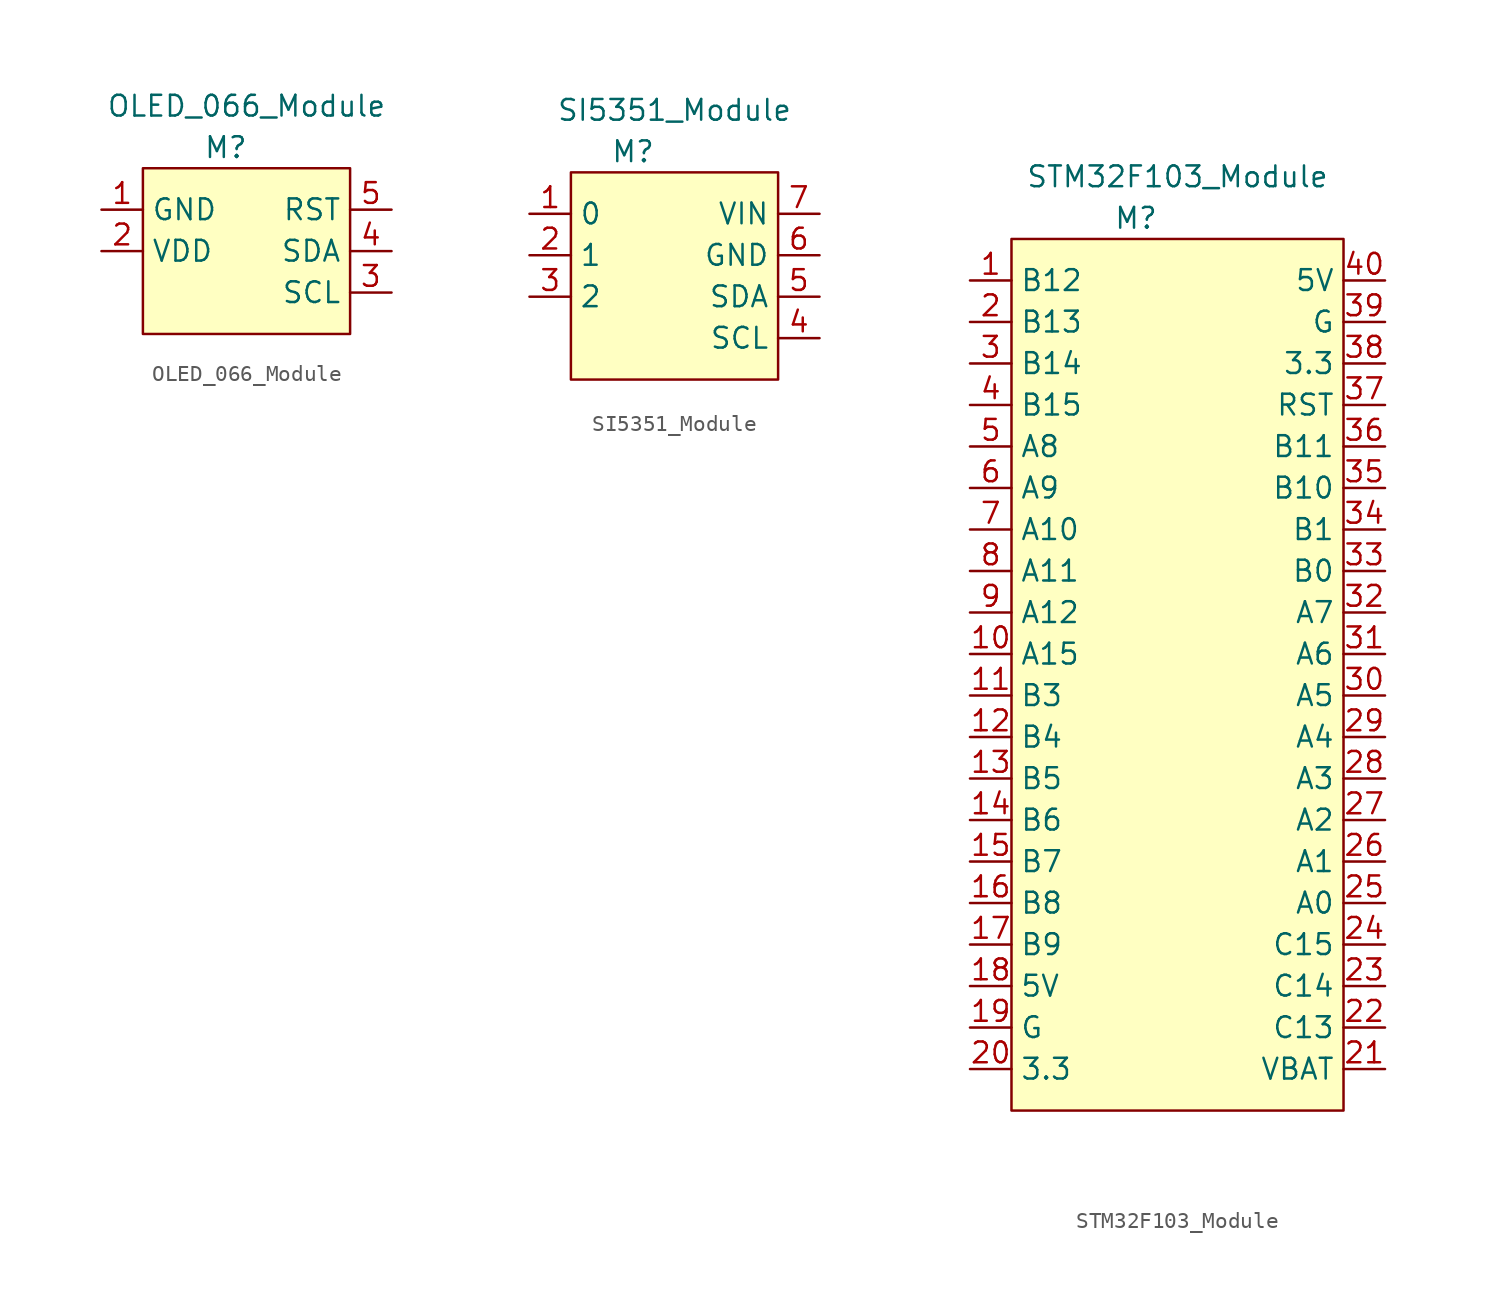
<source format=kicad_sym>
(kicad_symbol_lib
  (version 20211014)
  (generator kicad_symbol_editor)
  (symbol "OLED_066_Module"
    (property "Reference" "M"
      (at -1.27 1.27 0)
      (effects (font (size 1.27 1.27))))
    (property "Value" "OLED_066_Module"
      (at 0 3.81 0)
      (effects (font (size 1.27 1.27))))
    (symbol "OLED_066_Module_0_1"
      (rectangle (start -6.35 0) (end 6.35 -10.16) (stroke (width 0) (type default) (color 0 0 0 0)) (fill (type background))))
    (symbol "OLED_066_Module_1_1"
      (pin power_in line (at -8.89 -2.54 0) (length 2.54) (name "GND" (effects (font (size 1.27 1.27)))) (number "1" (effects (font (size 1.27 1.27)))))
      (pin power_in line (at -8.89 -5.08 0) (length 2.54) (name "VDD" (effects (font (size 1.27 1.27)))) (number "2" (effects (font (size 1.27 1.27)))))
      (pin open_collector line (at 8.89 -7.62 180) (length 2.54) (name "SCL" (effects (font (size 1.27 1.27)))) (number "3" (effects (font (size 1.27 1.27)))))
      (pin open_collector line (at 8.89 -5.08 180) (length 2.54) (name "SDA" (effects (font (size 1.27 1.27)))) (number "4" (effects (font (size 1.27 1.27)))))
      (pin input line (at 8.89 -2.54 180) (length 2.54) (name "RST" (effects (font (size 1.27 1.27)))) (number "5" (effects (font (size 1.27 1.27)))))))
  (symbol "SI5351_Module"
    (property "Reference" "M"
      (at -2.54 1.27 0)
      (effects (font (size 1.27 1.27))))
    (property "Value" "SI5351_Module"
      (at 0 3.81 0)
      (effects (font (size 1.27 1.27))))
    (symbol "SI5351_Module_0_1"
      (rectangle (start -6.35 0) (end 6.35 -12.7) (stroke (width 0) (type default) (color 0 0 0 0)) (fill (type background))))
    (symbol "SI5351_Module_1_1"
      (pin output line (at -8.89 -2.54 0) (length 2.54) (name "0" (effects (font (size 1.27 1.27)))) (number "1" (effects (font (size 1.27 1.27)))))
      (pin output line (at -8.89 -5.08 0) (length 2.54) (name "1" (effects (font (size 1.27 1.27)))) (number "2" (effects (font (size 1.27 1.27)))))
      (pin output line (at -8.89 -7.62 0) (length 2.54) (name "2" (effects (font (size 1.27 1.27)))) (number "3" (effects (font (size 1.27 1.27)))))
      (pin open_collector line (at 8.89 -10.16 180) (length 2.54) (name "SCL" (effects (font (size 1.27 1.27)))) (number "4" (effects (font (size 1.27 1.27)))))
      (pin open_collector line (at 8.89 -7.62 180) (length 2.54) (name "SDA" (effects (font (size 1.27 1.27)))) (number "5" (effects (font (size 1.27 1.27)))))
      (pin power_in line (at 8.89 -5.08 180) (length 2.54) (name "GND" (effects (font (size 1.27 1.27)))) (number "6" (effects (font (size 1.27 1.27)))))
      (pin power_in line (at 8.89 -2.54 180) (length 2.54) (name "VIN" (effects (font (size 1.27 1.27)))) (number "7" (effects (font (size 1.27 1.27)))))))
  (symbol "STM32F103_Module"
    (property "Reference" "M"
      (at -2.54 1.27 0)
      (effects (font (size 1.27 1.27))))
    (property "Value" "STM32F103_Module"
      (at 0 3.81 0)
      (effects (font (size 1.27 1.27))))
    (symbol "STM32F103_Module_0_1"
      (rectangle (start -10.16 0) (end 10.16 -53.34) (stroke (width 0) (type default) (color 0 0 0 0)) (fill (type background))))
    (symbol "STM32F103_Module_1_1"
      (pin tri_state line (at -12.7 -2.54 0) (length 2.54) (name "B12" (effects (font (size 1.27 1.27)))) (number "1" (effects (font (size 1.27 1.27)))))
      (pin tri_state line (at -12.7 -25.4 0) (length 2.54) (name "A15" (effects (font (size 1.27 1.27)))) (number "10" (effects (font (size 1.27 1.27)))))
      (pin tri_state line (at -12.7 -27.94 0) (length 2.54) (name "B3" (effects (font (size 1.27 1.27)))) (number "11" (effects (font (size 1.27 1.27)))))
      (pin tri_state line (at -12.7 -30.48 0) (length 2.54) (name "B4" (effects (font (size 1.27 1.27)))) (number "12" (effects (font (size 1.27 1.27)))))
      (pin tri_state line (at -12.7 -33.02 0) (length 2.54) (name "B5" (effects (font (size 1.27 1.27)))) (number "13" (effects (font (size 1.27 1.27)))))
      (pin tri_state line (at -12.7 -35.56 0) (length 2.54) (name "B6" (effects (font (size 1.27 1.27)))) (number "14" (effects (font (size 1.27 1.27)))))
      (pin tri_state line (at -12.7 -38.1 0) (length 2.54) (name "B7" (effects (font (size 1.27 1.27)))) (number "15" (effects (font (size 1.27 1.27)))))
      (pin tri_state line (at -12.7 -40.64 0) (length 2.54) (name "B8" (effects (font (size 1.27 1.27)))) (number "16" (effects (font (size 1.27 1.27)))))
      (pin tri_state line (at -12.7 -43.18 0) (length 2.54) (name "B9" (effects (font (size 1.27 1.27)))) (number "17" (effects (font (size 1.27 1.27)))))
      (pin power_in line (at -12.7 -45.72 0) (length 2.54) (name "5V" (effects (font (size 1.27 1.27)))) (number "18" (effects (font (size 1.27 1.27)))))
      (pin power_in line (at -12.7 -48.26 0) (length 2.54) (name "G" (effects (font (size 1.27 1.27)))) (number "19" (effects (font (size 1.27 1.27)))))
      (pin tri_state line (at -12.7 -5.08 0) (length 2.54) (name "B13" (effects (font (size 1.27 1.27)))) (number "2" (effects (font (size 1.27 1.27)))))
      (pin power_in line (at -12.7 -50.8 0) (length 2.54) (name "3.3" (effects (font (size 1.27 1.27)))) (number "20" (effects (font (size 1.27 1.27)))))
      (pin power_in line (at 12.7 -50.8 180) (length 2.54) (name "VBAT" (effects (font (size 1.27 1.27)))) (number "21" (effects (font (size 1.27 1.27)))))
      (pin tri_state line (at 12.7 -48.26 180) (length 2.54) (name "C13" (effects (font (size 1.27 1.27)))) (number "22" (effects (font (size 1.27 1.27)))))
      (pin tri_state line (at 12.7 -45.72 180) (length 2.54) (name "C14" (effects (font (size 1.27 1.27)))) (number "23" (effects (font (size 1.27 1.27)))))
      (pin tri_state line (at 12.7 -43.18 180) (length 2.54) (name "C15" (effects (font (size 1.27 1.27)))) (number "24" (effects (font (size 1.27 1.27)))))
      (pin tri_state line (at 12.7 -40.64 180) (length 2.54) (name "A0" (effects (font (size 1.27 1.27)))) (number "25" (effects (font (size 1.27 1.27)))))
      (pin tri_state line (at 12.7 -38.1 180) (length 2.54) (name "A1" (effects (font (size 1.27 1.27)))) (number "26" (effects (font (size 1.27 1.27)))))
      (pin tri_state line (at 12.7 -35.56 180) (length 2.54) (name "A2" (effects (font (size 1.27 1.27)))) (number "27" (effects (font (size 1.27 1.27)))))
      (pin tri_state line (at 12.7 -33.02 180) (length 2.54) (name "A3" (effects (font (size 1.27 1.27)))) (number "28" (effects (font (size 1.27 1.27)))))
      (pin tri_state line (at 12.7 -30.48 180) (length 2.54) (name "A4" (effects (font (size 1.27 1.27)))) (number "29" (effects (font (size 1.27 1.27)))))
      (pin tri_state line (at -12.7 -7.62 0) (length 2.54) (name "B14" (effects (font (size 1.27 1.27)))) (number "3" (effects (font (size 1.27 1.27)))))
      (pin tri_state line (at 12.7 -27.94 180) (length 2.54) (name "A5" (effects (font (size 1.27 1.27)))) (number "30" (effects (font (size 1.27 1.27)))))
      (pin tri_state line (at 12.7 -25.4 180) (length 2.54) (name "A6" (effects (font (size 1.27 1.27)))) (number "31" (effects (font (size 1.27 1.27)))))
      (pin tri_state line (at 12.7 -22.86 180) (length 2.54) (name "A7" (effects (font (size 1.27 1.27)))) (number "32" (effects (font (size 1.27 1.27)))))
      (pin tri_state line (at 12.7 -20.32 180) (length 2.54) (name "B0" (effects (font (size 1.27 1.27)))) (number "33" (effects (font (size 1.27 1.27)))))
      (pin tri_state line (at 12.7 -17.78 180) (length 2.54) (name "B1" (effects (font (size 1.27 1.27)))) (number "34" (effects (font (size 1.27 1.27)))))
      (pin tri_state line (at 12.7 -15.24 180) (length 2.54) (name "B10" (effects (font (size 1.27 1.27)))) (number "35" (effects (font (size 1.27 1.27)))))
      (pin tri_state line (at 12.7 -12.7 180) (length 2.54) (name "B11" (effects (font (size 1.27 1.27)))) (number "36" (effects (font (size 1.27 1.27)))))
      (pin input line (at 12.7 -10.16 180) (length 2.54) (name "RST" (effects (font (size 1.27 1.27)))) (number "37" (effects (font (size 1.27 1.27)))))
      (pin power_in line (at 12.7 -7.62 180) (length 2.54) (name "3.3" (effects (font (size 1.27 1.27)))) (number "38" (effects (font (size 1.27 1.27)))))
      (pin power_in line (at 12.7 -5.08 180) (length 2.54) (name "G" (effects (font (size 1.27 1.27)))) (number "39" (effects (font (size 1.27 1.27)))))
      (pin tri_state line (at -12.7 -10.16 0) (length 2.54) (name "B15" (effects (font (size 1.27 1.27)))) (number "4" (effects (font (size 1.27 1.27)))))
      (pin power_in line (at 12.7 -2.54 180) (length 2.54) (name "5V" (effects (font (size 1.27 1.27)))) (number "40" (effects (font (size 1.27 1.27)))))
      (pin tri_state line (at -12.7 -12.7 0) (length 2.54) (name "A8" (effects (font (size 1.27 1.27)))) (number "5" (effects (font (size 1.27 1.27)))))
      (pin tri_state line (at -12.7 -15.24 0) (length 2.54) (name "A9" (effects (font (size 1.27 1.27)))) (number "6" (effects (font (size 1.27 1.27)))))
      (pin tri_state line (at -12.7 -17.78 0) (length 2.54) (name "A10" (effects (font (size 1.27 1.27)))) (number "7" (effects (font (size 1.27 1.27)))))
      (pin tri_state line (at -12.7 -20.32 0) (length 2.54) (name "A11" (effects (font (size 1.27 1.27)))) (number "8" (effects (font (size 1.27 1.27)))))
      (pin tri_state line (at -12.7 -22.86 0) (length 2.54) (name "A12" (effects (font (size 1.27 1.27)))) (number "9" (effects (font (size 1.27 1.27))))))))
</source>
